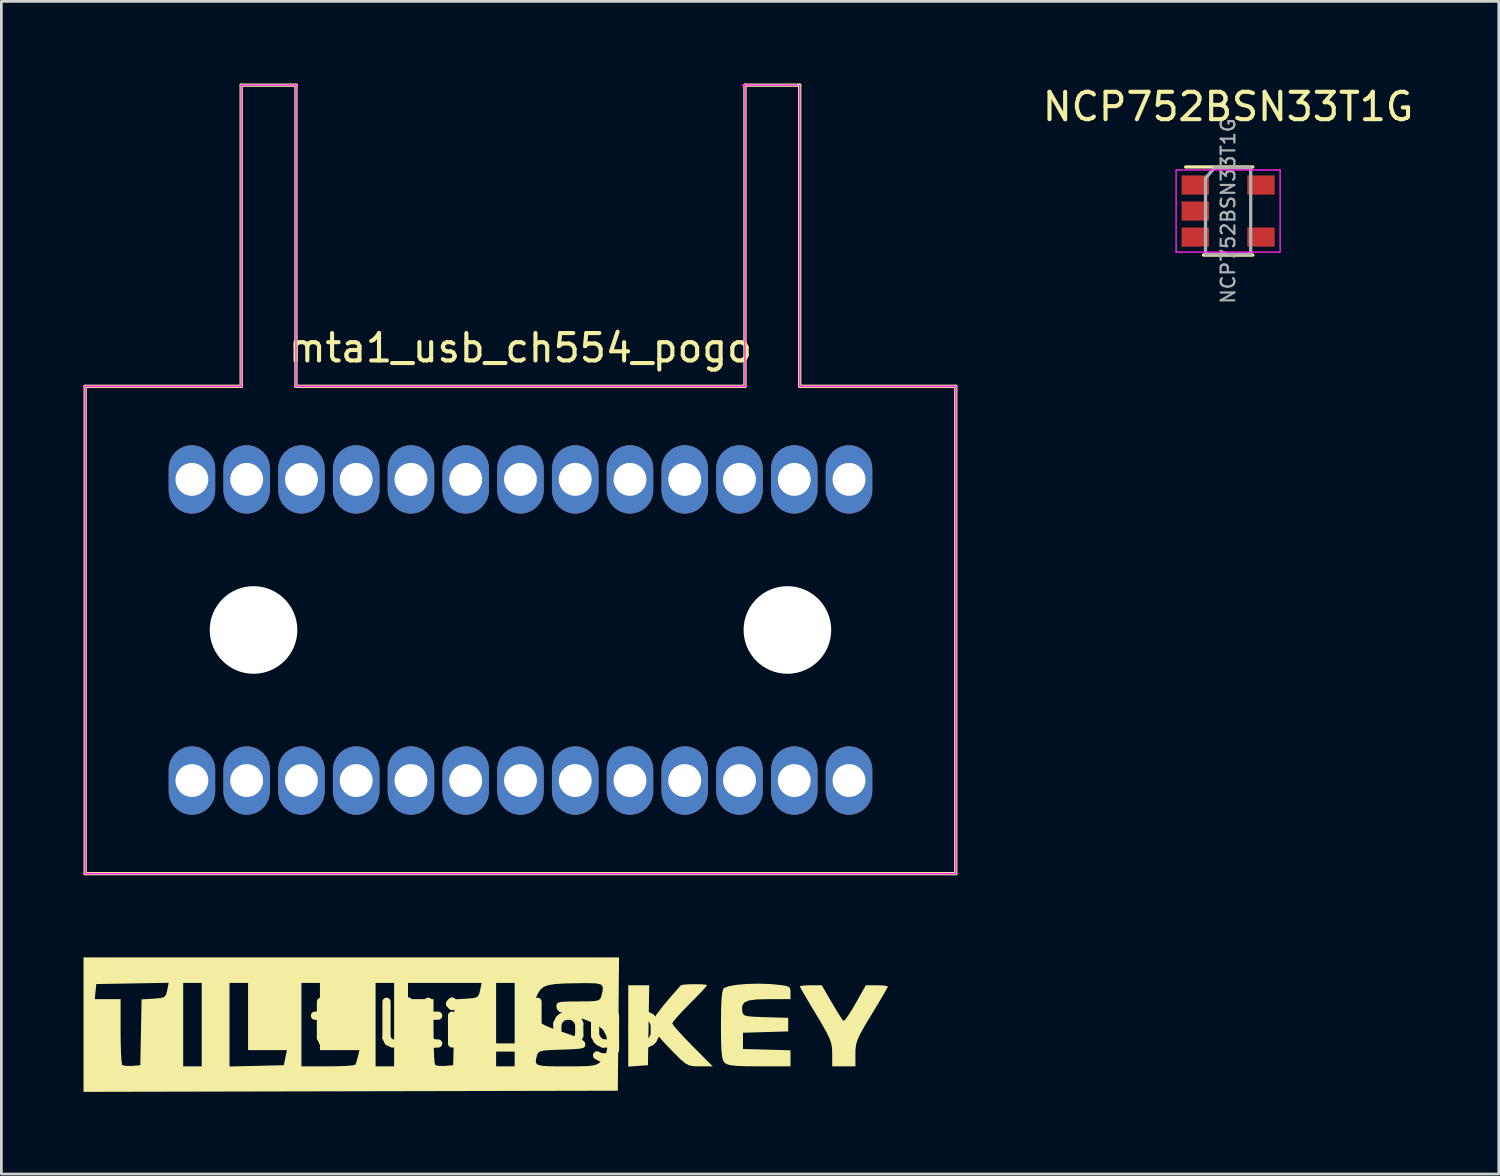
<source format=kicad_pcb>
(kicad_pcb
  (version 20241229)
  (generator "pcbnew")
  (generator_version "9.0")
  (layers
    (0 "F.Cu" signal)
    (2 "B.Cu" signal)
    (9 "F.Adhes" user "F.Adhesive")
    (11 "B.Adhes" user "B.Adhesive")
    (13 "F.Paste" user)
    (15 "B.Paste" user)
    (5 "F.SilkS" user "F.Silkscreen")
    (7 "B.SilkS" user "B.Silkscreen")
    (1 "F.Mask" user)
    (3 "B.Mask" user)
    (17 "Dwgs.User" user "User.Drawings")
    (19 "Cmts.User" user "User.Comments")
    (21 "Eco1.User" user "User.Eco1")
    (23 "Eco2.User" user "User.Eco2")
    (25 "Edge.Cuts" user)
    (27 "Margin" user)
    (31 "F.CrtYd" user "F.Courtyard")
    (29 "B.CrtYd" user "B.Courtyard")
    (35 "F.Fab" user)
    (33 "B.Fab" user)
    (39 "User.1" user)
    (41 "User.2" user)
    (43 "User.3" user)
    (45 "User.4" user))
  (footprint "tillitis_logo"
    (layer "F.Cu")
    (at 14.732 34.375)
    (property "Reference" "tillitis_logo" (at 0 0 0) (layer "F.SilkS") (effects (font (size 1.524 1.524) (thickness 0.3))))
    (attr board_only exclude_from_pos_files exclude_from_bom)
    (fp_poly (pts (xy 5.884 1.482) (xy 5.524 1.508) (xy 5.165 1.534) (xy 5.165 -1.439) (xy 5.931 -1.439)) (stroke (width 0) (type solid)) (fill yes) (layer "F.SilkS"))
    (fp_poly (pts (xy 7.849 -1.473) (xy 8.007 -1.457) (xy 8.043 -1.439) (xy 7.987 -1.364) (xy 7.834 -1.197) (xy 7.611 -0.966) (xy 7.408 -0.762) (xy 7.147 -0.494) (xy 6.937 -0.266) (xy 6.806 -0.105) (xy 6.773 -0.046) (xy 6.83 0.043) (xy 6.984 0.225) (xy 7.214 0.474) (xy 7.494 0.763) (xy 7.512 0.781) (xy 8.251 1.524) (xy 7.785 1.524) (xy 7.565 1.52) (xy 7.401 1.492) (xy 7.255 1.419) (xy 7.083 1.276) (xy 6.846 1.041) (xy 6.759 0.953) (xy 6.43 0.606) (xy 6.213 0.346) (xy 6.092 0.148) (xy 6.053 -0.016) (xy 6.081 -0.168) (xy 6.087 -0.185) (xy 6.19 -0.359) (xy 6.4 -0.638) (xy 6.706 -1.006) (xy 7.083 -1.434) (xy 7.179 -1.459) (xy 7.377 -1.474) (xy 7.62 -1.478)) (stroke (width 0) (type solid)) (fill yes) (layer "F.SilkS"))
    (fp_poly (pts (xy 14.48 -1.43) (xy 14.625 -1.407) (xy 14.647 -1.391) (xy 14.605 -1.305) (xy 14.491 -1.103) (xy 14.32 -0.814) (xy 14.109 -0.464) (xy 14.055 -0.375) (xy 13.812 0.027) (xy 13.646 0.322) (xy 13.542 0.544) (xy 13.487 0.729) (xy 13.465 0.912) (xy 13.462 1.059) (xy 13.462 1.524) (xy 12.615 1.524) (xy 12.615 1.062) (xy 12.608 0.862) (xy 12.577 0.681) (xy 12.508 0.486) (xy 12.387 0.242) (xy 12.199 -0.087) (xy 12.023 -0.381) (xy 11.806 -0.743) (xy 11.624 -1.051) (xy 11.495 -1.276) (xy 11.433 -1.392) (xy 11.43 -1.401) (xy 11.506 -1.423) (xy 11.699 -1.436) (xy 11.832 -1.438) (xy 12.234 -1.437) (xy 12.601 -0.804) (xy 12.774 -0.513) (xy 12.918 -0.284) (xy 13.01 -0.151) (xy 13.027 -0.134) (xy 13.092 -0.186) (xy 13.215 -0.356) (xy 13.376 -0.614) (xy 13.465 -0.768) (xy 13.843 -1.439) (xy 14.245 -1.439)) (stroke (width 0) (type solid)) (fill yes) (layer "F.SilkS"))
    (fp_poly (pts (xy 10.369 -1.481) (xy 10.453 -1.474) (xy 10.776 -1.442) (xy 10.967 -1.408) (xy 11.059 -1.356) (xy 11.089 -1.268) (xy 11.091 -1.174) (xy 11.091 -0.931) (xy 10.297 -0.931) (xy 9.86 -0.921) (xy 9.568 -0.881) (xy 9.398 -0.803) (xy 9.326 -0.675) (xy 9.328 -0.491) (xy 9.35 -0.402) (xy 9.407 -0.343) (xy 9.531 -0.308) (xy 9.754 -0.288) (xy 10.109 -0.274) (xy 10.181 -0.272) (xy 11.007 -0.248) (xy 11.007 0.248) (xy 10.181 0.272) (xy 9.356 0.296) (xy 9.356 0.889) (xy 10.223 0.913) (xy 11.091 0.937) (xy 11.091 1.524) (xy 9.954 1.524) (xy 9.472 1.52) (xy 9.13 1.508) (xy 8.903 1.483) (xy 8.761 1.443) (xy 8.684 1.391) (xy 8.631 1.309) (xy 8.593 1.169) (xy 8.569 0.946) (xy 8.556 0.613) (xy 8.551 0.143) (xy 8.551 0.004) (xy 8.556 -0.54) (xy 8.572 -0.93) (xy 8.6 -1.183) (xy 8.641 -1.315) (xy 8.657 -1.333) (xy 8.83 -1.402) (xy 9.13 -1.454) (xy 9.514 -1.487) (xy 9.941 -1.497)) (stroke (width 0) (type solid)) (fill yes) (layer "F.SilkS"))
    (fp_poly (pts (xy 4.806 -0.021) (xy 4.784 2.413) (xy -14.732 2.456) (xy -14.732 1.529) (xy -9.398 1.529) (xy -9.175 1.524) (xy -6.773 1.524) (xy -5.805 1.524) (xy -4.064 1.524) (xy -3.387 1.524) (xy 0.339 1.524) (xy 1.016 1.524) (xy 1.016 -0.62) (xy 1.735 -0.62) (xy 1.778 -0.425) (xy 1.829 -0.259) (xy 1.897 -0.135) (xy 2.012 -0.033) (xy 2.201 0.064) (xy 2.494 0.177) (xy 2.918 0.322) (xy 2.932 0.326) (xy 3.272 0.449) (xy 3.478 0.547) (xy 3.576 0.637) (xy 3.598 0.72) (xy 3.586 0.797) (xy 3.528 0.848) (xy 3.394 0.879) (xy 3.155 0.898) (xy 2.779 0.912) (xy 2.74 0.913) (xy 2.35 0.926) (xy 2.097 0.945) (xy 1.948 0.977) (xy 1.872 1.029) (xy 1.835 1.11) (xy 1.831 1.125) (xy 1.792 1.284) (xy 1.792 1.394) (xy 1.856 1.464) (xy 2.006 1.503) (xy 2.267 1.52) (xy 2.663 1.524) (xy 2.883 1.524) (xy 3.336 1.522) (xy 3.652 1.514) (xy 3.864 1.494) (xy 4.004 1.458) (xy 4.104 1.399) (xy 4.195 1.316) (xy 4.339 1.12) (xy 4.397 0.871) (xy 4.403 0.72) (xy 4.367 0.418) (xy 4.245 0.186) (xy 4.013 0.001) (xy 3.648 -0.16) (xy 3.383 -0.245) (xy 3.068 -0.338) (xy 2.81 -0.416) (xy 2.658 -0.463) (xy 2.646 -0.467) (xy 2.559 -0.57) (xy 2.54 -0.675) (xy 2.552 -0.755) (xy 2.608 -0.805) (xy 2.74 -0.833) (xy 2.98 -0.844) (xy 3.334 -0.847) (xy 3.706 -0.849) (xy 3.943 -0.862) (xy 4.078 -0.892) (xy 4.145 -0.948) (xy 4.18 -1.036) (xy 4.18 -1.037) (xy 4.231 -1.249) (xy 4.233 -1.388) (xy 4.16 -1.469) (xy 3.987 -1.507) (xy 3.688 -1.516) (xy 3.365 -1.514) (xy 2.857 -1.504) (xy 2.489 -1.482) (xy 2.233 -1.439) (xy 2.06 -1.369) (xy 1.942 -1.262) (xy 1.85 -1.11) (xy 1.837 -1.084) (xy 1.742 -0.84) (xy 1.735 -0.62) (xy 1.016 -0.62) (xy 1.016 -1.524) (xy 0.339 -1.524) (xy 0.339 1.524) (xy -3.387 1.524) (xy -3.387 -0.931) (xy -2.879 -0.931) (xy -1.947 -0.931) (xy -1.947 0.24) (xy -1.943 0.67) (xy -1.932 1.038) (xy -1.915 1.311) (xy -1.894 1.457) (xy -1.887 1.472) (xy -1.769 1.506) (xy -1.56 1.509) (xy -1.527 1.507) (xy -1.228 1.482) (xy -1.204 0.28) (xy -1.181 -0.923) (xy -0.742 -0.948) (xy -0.483 -0.97) (xy -0.345 -1.017) (xy -0.279 -1.118) (xy -0.247 -1.249) (xy -0.191 -1.524) (xy -2.879 -1.524) (xy -2.879 -0.931) (xy -3.387 -0.931) (xy -3.387 -1.524) (xy -4.064 -1.524) (xy -4.064 1.524) (xy -5.805 1.524) (xy -5.418 1.519) (xy -5.098 1.505) (xy -4.88 1.484) (xy -4.8 1.46) (xy -4.756 1.338) (xy -4.709 1.164) (xy -4.653 0.931) (xy -6.096 0.931) (xy -6.096 -1.524) (xy -6.773 -1.524) (xy -6.773 1.524) (xy -9.175 1.524) (xy -8.406 1.506) (xy -7.415 1.482) (xy -7.359 1.206) (xy -7.303 0.931) (xy -8.721 0.931) (xy -8.721 -1.524) (xy -9.398 -1.524) (xy -9.398 1.529) (xy -14.732 1.529) (xy -14.732 1.524) (xy -11.091 1.524) (xy -10.414 1.524) (xy -10.414 -1.524) (xy -11.091 -1.524) (xy -11.091 1.524) (xy -14.732 1.524) (xy -14.732 -0.931) (xy -14.319 -0.931) (xy -13.848 -0.931) (xy -13.377 -0.931) (xy -13.377 0.24) (xy -13.373 0.67) (xy -13.362 1.038) (xy -13.345 1.311) (xy -13.324 1.457) (xy -13.317 1.472) (xy -13.199 1.506) (xy -12.99 1.509) (xy -12.957 1.507) (xy -12.658 1.482) (xy -12.634 0.28) (xy -12.611 -0.923) (xy -12.172 -0.948) (xy -11.913 -0.97) (xy -11.775 -1.017) (xy -11.709 -1.118) (xy -11.676 -1.251) (xy -11.62 -1.528) (xy -12.943 -1.505) (xy -14.266 -1.482) (xy -14.293 -1.206) (xy -14.319 -0.931) (xy -14.732 -0.931) (xy -14.732 -2.455) (xy 4.829 -2.455)) (stroke (width 0) (type solid)) (fill yes) (layer "F.SilkS")))
  (footprint "NCP752BSN33T1G"
    (layer "F.Cu")
    (at 41.807 4.658)
    (property "Reference" "NCP752BSN33T1G" (at 0 -3.81 0) (layer "F.SilkS") (effects (font (size 1 1) (thickness 0.15))))
    (attr smd)
    (fp_line (start -0.9 1.61) (end 0.9 1.61) (stroke (width 0.12) (type solid)) (layer "F.SilkS"))
    (fp_line (start 0.9 -1.61) (end -1.55 -1.61) (stroke (width 0.12) (type solid)) (layer "F.SilkS"))
    (fp_line (start -1.9 -1.5) (end 1.9 -1.5) (stroke (width 0.05) (type solid)) (layer "F.CrtYd"))
    (fp_line (start -1.9 1.5) (end -1.9 -1.5) (stroke (width 0.05) (type solid)) (layer "F.CrtYd"))
    (fp_line (start 1.9 -1.5) (end 1.9 1.5) (stroke (width 0.05) (type solid)) (layer "F.CrtYd"))
    (fp_line (start 1.9 1.5) (end -1.9 1.5) (stroke (width 0.05) (type solid)) (layer "F.CrtYd"))
    (fp_line (start -0.825 1.575) (end -0.825 -1.2) (stroke (width 0.12) (type solid)) (layer "F.Fab"))
    (fp_line (start -0.5 -1.575) (end -0.825 -1.2) (stroke (width 0.12) (type solid)) (layer "F.Fab"))
    (fp_line (start -0.5 -1.575) (end 0.825 -1.575) (stroke (width 0.12) (type solid)) (layer "F.Fab"))
    (fp_line (start 0.825 -1.575) (end 0.825 1.575) (stroke (width 0.12) (type solid)) (layer "F.Fab"))
    (fp_line (start 0.825 1.575) (end -0.825 1.575) (stroke (width 0.1) (type solid)) (layer "F.Fab"))
    (fp_text user "${REFERENCE}" (at 0 0 90) (unlocked yes) (layer "F.Fab") (effects (font (size 0.5 0.5) (thickness 0.08))))
    (pad "1" smd rect (at -1.2 -0.95 270) (size 0.7 1) (layers "F.Cu" "F.Mask" "F.Paste"))
    (pad "2" smd rect (at -1.2 0 270) (size 0.7 1) (layers "F.Cu" "F.Mask" "F.Paste"))
    (pad "3" smd rect (at -1.2 0.95 270) (size 0.7 1) (layers "F.Cu" "F.Mask" "F.Paste"))
    (pad "4" smd rect (at 1.2 0.95 270) (size 0.7 1) (layers "F.Cu" "F.Mask" "F.Paste"))
    (pad "5" smd rect (at 1.2 -0.95 270) (size 0.7 1) (layers "F.Cu" "F.Mask" "F.Paste")))
  (footprint "mta1_usb_ch554_pogo"
    (layer "F.Cu")
    (at 15.96 19.96)
    (property "Reference" "mta1_usb_ch554_pogo" (at 0 -10.3 0) (layer "F.SilkS") (effects (font (size 1 1) (thickness 0.15))))
    (attr smd)
    (fp_line (start -15.9 -8.9) (end -15.9 8.9) (stroke (width 0.12) (type solid)) (layer "F.SilkS"))
    (fp_line (start -15.9 8.9) (end 15.9 8.9) (stroke (width 0.12) (type solid)) (layer "F.SilkS"))
    (fp_line (start -10.2 -8.9) (end -15.9 -8.9) (stroke (width 0.12) (type solid)) (layer "F.SilkS"))
    (fp_line (start -10.2 -8.9) (end -10.2 -19.9) (stroke (width 0.12) (type solid)) (layer "F.SilkS"))
    (fp_line (start -8.2 -19.9) (end -10.2 -19.9) (stroke (width 0.12) (type solid)) (layer "F.SilkS"))
    (fp_line (start -8.2 -19.9) (end -8.2 -8.9) (stroke (width 0.12) (type solid)) (layer "F.SilkS"))
    (fp_line (start 8.2 -19.9) (end 8.2 -8.9) (stroke (width 0.12) (type solid)) (layer "F.SilkS"))
    (fp_line (start 8.2 -8.9) (end -8.2 -8.9) (stroke (width 0.12) (type solid)) (layer "F.SilkS"))
    (fp_line (start 10.2 -19.9) (end 8.2 -19.9) (stroke (width 0.12) (type solid)) (layer "F.SilkS"))
    (fp_line (start 10.2 -8.9) (end 10.2 -19.9) (stroke (width 0.12) (type solid)) (layer "F.SilkS"))
    (fp_line (start 15.9 -8.9) (end 10.2 -8.9) (stroke (width 0.12) (type solid)) (layer "F.SilkS"))
    (fp_line (start 15.9 8.9) (end 15.9 -8.9) (stroke (width 0.12) (type solid)) (layer "F.SilkS"))
    (fp_line (start -15.9 -8.9) (end -10.2 -8.9) (stroke (width 0.05) (type solid)) (layer "F.CrtYd"))
    (fp_line (start -15.9 8.9) (end -15.9 -8.9) (stroke (width 0.05) (type solid)) (layer "F.CrtYd"))
    (fp_line (start -10.2 -19.9) (end -8.2 -19.9) (stroke (width 0.05) (type solid)) (layer "F.CrtYd"))
    (fp_line (start -10.2 -8.9) (end -10.2 -19.9) (stroke (width 0.05) (type solid)) (layer "F.CrtYd"))
    (fp_line (start -8.2 -19.9) (end -8.2 -8.9) (stroke (width 0.05) (type solid)) (layer "F.CrtYd"))
    (fp_line (start -8.2 -8.9) (end 8.2 -8.9) (stroke (width 0.05) (type solid)) (layer "F.CrtYd"))
    (fp_line (start 8.1 -19.9) (end 10.1 -19.9) (stroke (width 0.05) (type solid)) (layer "F.CrtYd"))
    (fp_line (start 8.2 -8.9) (end 8.2 -19.9) (stroke (width 0.05) (type solid)) (layer "F.CrtYd"))
    (fp_line (start 10.2 -19.9) (end 10.2 -8.9) (stroke (width 0.05) (type solid)) (layer "F.CrtYd"))
    (fp_line (start 10.2 -8.9) (end 15.9 -8.9) (stroke (width 0.05) (type solid)) (layer "F.CrtYd"))
    (fp_line (start 15.9 -8.9) (end 15.9 8.9) (stroke (width 0.05) (type solid)) (layer "F.CrtYd"))
    (fp_line (start 15.9 8.9) (end -15.9 8.9) (stroke (width 0.05) (type solid)) (layer "F.CrtYd"))
    (pad "" np_thru_hole circle (at -9.75 0) (size 3.2 3.2) (drill 3.2) (layers "*.Cu" "*.Mask"))
    (pad "" np_thru_hole circle (at 9.75 0) (size 3.2 3.2) (drill 3.2) (layers "*.Cu" "*.Mask"))
    (pad "1" thru_hole roundrect (at -12 5.5) (size 1.7 2.5) (drill 1.2) (layers "*.Cu" "*.Mask") (roundrect_rratio 0.5))
    (pad "2" thru_hole roundrect (at -10 5.5) (size 1.7 2.5) (drill 1.2) (layers "*.Cu" "*.Mask") (roundrect_rratio 0.5))
    (pad "3" thru_hole roundrect (at -8 5.5) (size 1.7 2.5) (drill 1.2) (layers "*.Cu" "*.Mask") (roundrect_rratio 0.5))
    (pad "4" thru_hole roundrect (at -6 5.5) (size 1.7 2.5) (drill 1.2) (layers "*.Cu" "*.Mask") (roundrect_rratio 0.5))
    (pad "5" thru_hole roundrect (at -4 5.5) (size 1.7 2.5) (drill 1.2) (layers "*.Cu" "*.Mask") (roundrect_rratio 0.5))
    (pad "6" thru_hole roundrect (at -2 5.5) (size 1.7 2.5) (drill 1.2) (layers "*.Cu" "*.Mask") (roundrect_rratio 0.5))
    (pad "7" thru_hole roundrect (at 0 5.5) (size 1.7 2.5) (drill 1.2) (layers "*.Cu" "*.Mask") (roundrect_rratio 0.5))
    (pad "8" thru_hole roundrect (at 2 5.5) (size 1.7 2.5) (drill 1.2) (layers "*.Cu" "*.Mask") (roundrect_rratio 0.5))
    (pad "9" thru_hole roundrect (at 4 5.5) (size 1.7 2.5) (drill 1.2) (layers "*.Cu" "*.Mask") (roundrect_rratio 0.5))
    (pad "10" thru_hole roundrect (at 6 5.5) (size 1.7 2.5) (drill 1.2) (layers "*.Cu" "*.Mask") (roundrect_rratio 0.5))
    (pad "11" thru_hole roundrect (at 8 5.5) (size 1.7 2.5) (drill 1.2) (layers "*.Cu" "*.Mask") (roundrect_rratio 0.5))
    (pad "12" thru_hole roundrect (at 10 5.5) (size 1.7 2.5) (drill 1.2) (layers "*.Cu" "*.Mask") (roundrect_rratio 0.5))
    (pad "13" thru_hole roundrect (at 12 5.5) (size 1.7 2.5) (drill 1.2) (layers "*.Cu" "*.Mask") (roundrect_rratio 0.5))
    (pad "14" thru_hole roundrect (at 12 -5.5) (size 1.7 2.5) (drill 1.2) (layers "*.Cu" "*.Mask") (roundrect_rratio 0.5))
    (pad "15" thru_hole roundrect (at 10 -5.5) (size 1.7 2.5) (drill 1.2) (layers "*.Cu" "*.Mask") (roundrect_rratio 0.5))
    (pad "16" thru_hole roundrect (at 8 -5.5) (size 1.7 2.5) (drill 1.2) (layers "*.Cu" "*.Mask") (roundrect_rratio 0.5))
    (pad "17" thru_hole roundrect (at 6 -5.5) (size 1.7 2.5) (drill 1.2) (layers "*.Cu" "*.Mask") (roundrect_rratio 0.5))
    (pad "18" thru_hole roundrect (at 4 -5.5) (size 1.7 2.5) (drill 1.2) (layers "*.Cu" "*.Mask") (roundrect_rratio 0.5))
    (pad "19" thru_hole roundrect (at 2 -5.5) (size 1.7 2.5) (drill 1.2) (layers "*.Cu" "*.Mask") (roundrect_rratio 0.5))
    (pad "20" thru_hole roundrect (at 0 -5.5) (size 1.7 2.5) (drill 1.2) (layers "*.Cu" "*.Mask") (roundrect_rratio 0.5))
    (pad "21" thru_hole roundrect (at -2 -5.5) (size 1.7 2.5) (drill 1.2) (layers "*.Cu" "*.Mask") (roundrect_rratio 0.5))
    (pad "22" thru_hole roundrect (at -4 -5.5) (size 1.7 2.5) (drill 1.2) (layers "*.Cu" "*.Mask") (roundrect_rratio 0.5))
    (pad "23" thru_hole roundrect (at -6 -5.5) (size 1.7 2.5) (drill 1.2) (layers "*.Cu" "*.Mask") (roundrect_rratio 0.5))
    (pad "24" thru_hole roundrect (at -8 -5.5) (size 1.7 2.5) (drill 1.2) (layers "*.Cu" "*.Mask") (roundrect_rratio 0.5))
    (pad "25" thru_hole roundrect (at -10 -5.5) (size 1.7 2.5) (drill 1.2) (layers "*.Cu" "*.Mask") (roundrect_rratio 0.5))
    (pad "26" thru_hole roundrect (at -12 -5.5) (size 1.7 2.5) (drill 1.2) (layers "*.Cu" "*.Mask") (roundrect_rratio 0.5)))
  (gr_rect
    (start -3 -3)
    (end 51.694 39.831)
    (stroke (width 0.1) (type default))
    (fill no)
    (layer "Edge.Cuts")))
</source>
